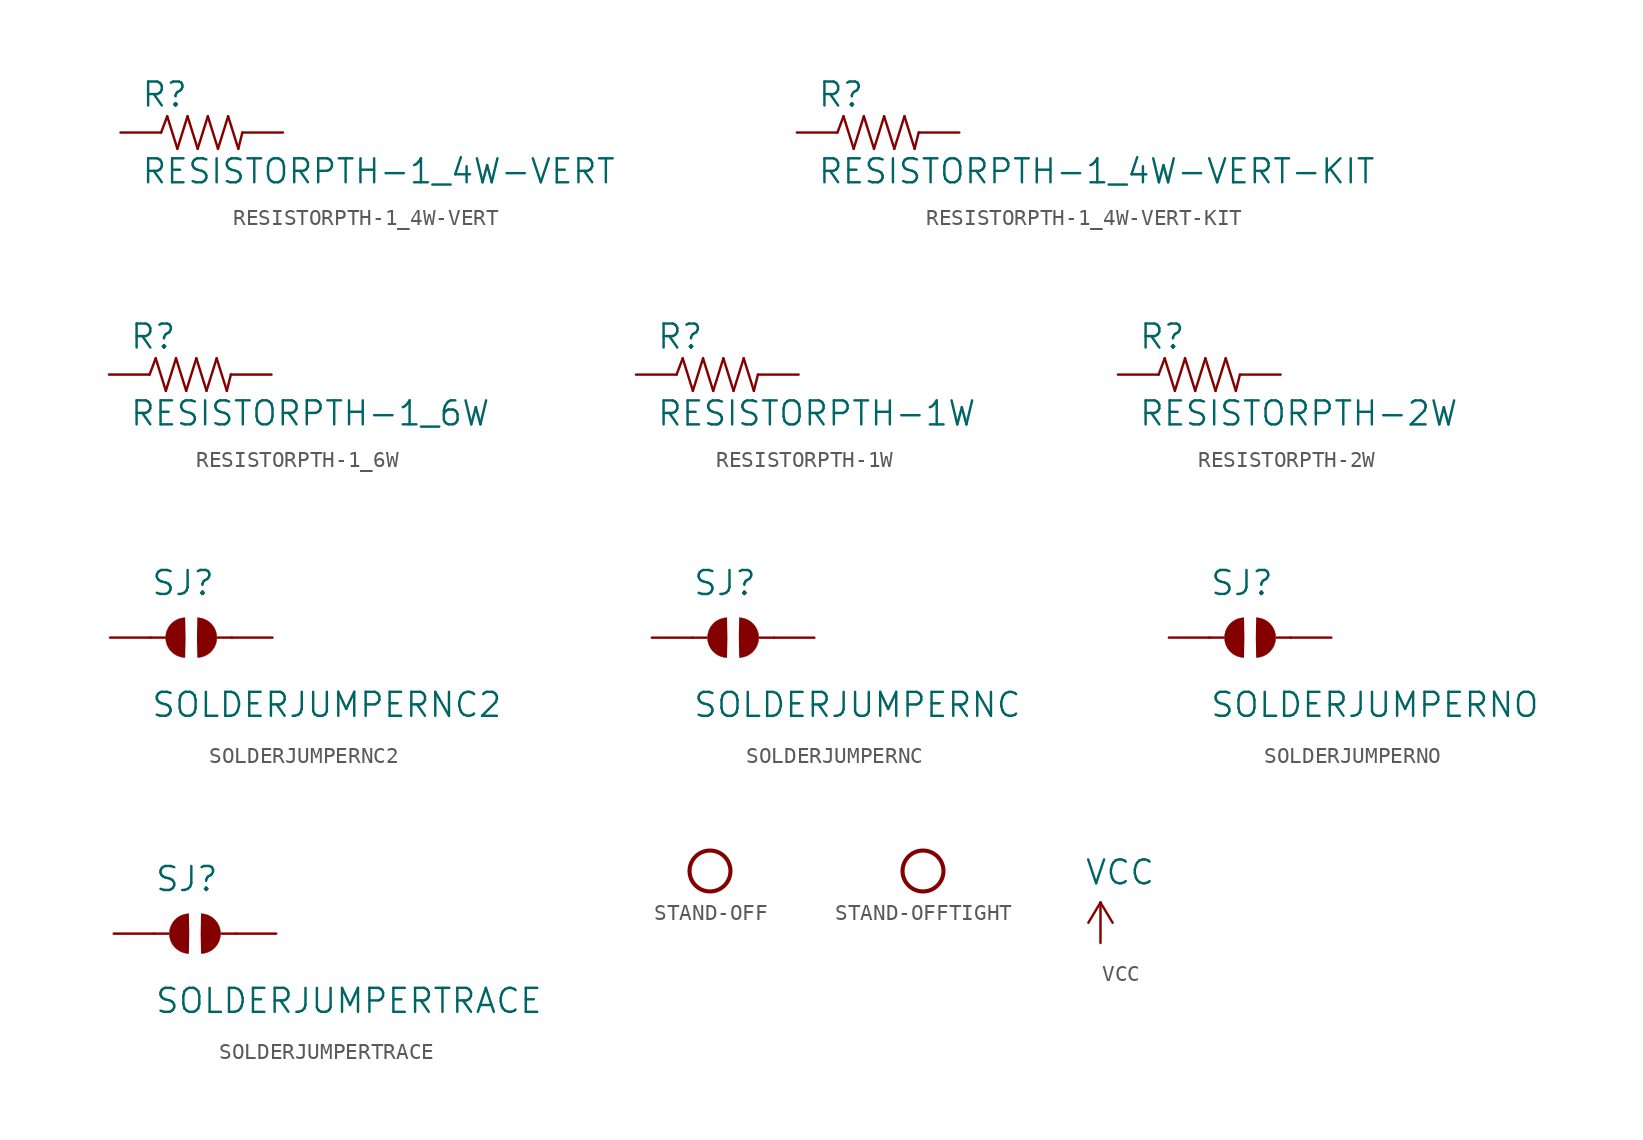
<source format=kicad_sym>
(kicad_symbol_lib
  (version 20211014)
  (generator kicad_symbol_editor)
  (symbol "RESISTORPTH-1_4W-VERT"
    (pin_names
      (offset 1.016))
    (property "Reference" "R"
      (at -3.81 1.499 0)
      (effects (font (size 1.499 1.499)) (justify left bottom)))
    (property "Value" "RESISTORPTH-1_4W-VERT"
      (at -3.81 -3.302 0)
      (effects (font (size 1.499 1.499)) (justify left bottom)))
    (property "ki_locked" ""
      (at 0 0 0)
      (effects (font (size 1.27 1.27))))
    (symbol "RESISTORPTH-1_4W-VERT_1_0"
      (polyline (pts (xy -2.54 0) (xy -2.159 1.016)) (stroke (width 0) (type default) (color 0 0 0 0)) (fill (type none)))
      (polyline (pts (xy -2.159 1.016) (xy -1.524 -1.016)) (stroke (width 0) (type default) (color 0 0 0 0)) (fill (type none)))
      (polyline (pts (xy -1.524 -1.016) (xy -0.889 1.016)) (stroke (width 0) (type default) (color 0 0 0 0)) (fill (type none)))
      (polyline (pts (xy -0.889 1.016) (xy -0.254 -1.016)) (stroke (width 0) (type default) (color 0 0 0 0)) (fill (type none)))
      (polyline (pts (xy -0.254 -1.016) (xy 0.381 1.016)) (stroke (width 0) (type default) (color 0 0 0 0)) (fill (type none)))
      (polyline (pts (xy 0.381 1.016) (xy 1.016 -1.016)) (stroke (width 0) (type default) (color 0 0 0 0)) (fill (type none)))
      (polyline (pts (xy 1.016 -1.016) (xy 1.651 1.016)) (stroke (width 0) (type default) (color 0 0 0 0)) (fill (type none)))
      (polyline (pts (xy 1.651 1.016) (xy 2.286 -1.016)) (stroke (width 0) (type default) (color 0 0 0 0)) (fill (type none)))
      (polyline (pts (xy 2.286 -1.016) (xy 2.54 0)) (stroke (width 0) (type default) (color 0 0 0 0)) (fill (type none)))
      (pin passive line (at -5.08 0 0) (length 2.54) (name "1" (effects (font (size 0 0)))) (number "P$1" (effects (font (size 0 0)))))
      (pin passive line (at 5.08 0 180) (length 2.54) (name "2" (effects (font (size 0 0)))) (number "P$2" (effects (font (size 0 0)))))))
  (symbol "RESISTORPTH-1_4W-VERT-KIT"
    (pin_names
      (offset 1.016))
    (property "Reference" "R"
      (at -3.81 1.499 0)
      (effects (font (size 1.499 1.499)) (justify left bottom)))
    (property "Value" "RESISTORPTH-1_4W-VERT-KIT"
      (at -3.81 -3.302 0)
      (effects (font (size 1.499 1.499)) (justify left bottom)))
    (property "ki_locked" ""
      (at 0 0 0)
      (effects (font (size 1.27 1.27))))
    (symbol "RESISTORPTH-1_4W-VERT-KIT_1_0"
      (polyline (pts (xy -2.54 0) (xy -2.159 1.016)) (stroke (width 0) (type default) (color 0 0 0 0)) (fill (type none)))
      (polyline (pts (xy -2.159 1.016) (xy -1.524 -1.016)) (stroke (width 0) (type default) (color 0 0 0 0)) (fill (type none)))
      (polyline (pts (xy -1.524 -1.016) (xy -0.889 1.016)) (stroke (width 0) (type default) (color 0 0 0 0)) (fill (type none)))
      (polyline (pts (xy -0.889 1.016) (xy -0.254 -1.016)) (stroke (width 0) (type default) (color 0 0 0 0)) (fill (type none)))
      (polyline (pts (xy -0.254 -1.016) (xy 0.381 1.016)) (stroke (width 0) (type default) (color 0 0 0 0)) (fill (type none)))
      (polyline (pts (xy 0.381 1.016) (xy 1.016 -1.016)) (stroke (width 0) (type default) (color 0 0 0 0)) (fill (type none)))
      (polyline (pts (xy 1.016 -1.016) (xy 1.651 1.016)) (stroke (width 0) (type default) (color 0 0 0 0)) (fill (type none)))
      (polyline (pts (xy 1.651 1.016) (xy 2.286 -1.016)) (stroke (width 0) (type default) (color 0 0 0 0)) (fill (type none)))
      (polyline (pts (xy 2.286 -1.016) (xy 2.54 0)) (stroke (width 0) (type default) (color 0 0 0 0)) (fill (type none)))
      (pin passive line (at -5.08 0 0) (length 2.54) (name "1" (effects (font (size 0 0)))) (number "P$1" (effects (font (size 0 0)))))
      (pin passive line (at 5.08 0 180) (length 2.54) (name "2" (effects (font (size 0 0)))) (number "P$2" (effects (font (size 0 0)))))))
  (symbol "RESISTORPTH-1_6W"
    (pin_names
      (offset 1.016))
    (property "Reference" "R"
      (at -3.81 1.499 0)
      (effects (font (size 1.499 1.499)) (justify left bottom)))
    (property "Value" "RESISTORPTH-1_6W"
      (at -3.81 -3.302 0)
      (effects (font (size 1.499 1.499)) (justify left bottom)))
    (property "ki_locked" ""
      (at 0 0 0)
      (effects (font (size 1.27 1.27))))
    (symbol "RESISTORPTH-1_6W_1_0"
      (polyline (pts (xy -2.54 0) (xy -2.159 1.016)) (stroke (width 0) (type default) (color 0 0 0 0)) (fill (type none)))
      (polyline (pts (xy -2.159 1.016) (xy -1.524 -1.016)) (stroke (width 0) (type default) (color 0 0 0 0)) (fill (type none)))
      (polyline (pts (xy -1.524 -1.016) (xy -0.889 1.016)) (stroke (width 0) (type default) (color 0 0 0 0)) (fill (type none)))
      (polyline (pts (xy -0.889 1.016) (xy -0.254 -1.016)) (stroke (width 0) (type default) (color 0 0 0 0)) (fill (type none)))
      (polyline (pts (xy -0.254 -1.016) (xy 0.381 1.016)) (stroke (width 0) (type default) (color 0 0 0 0)) (fill (type none)))
      (polyline (pts (xy 0.381 1.016) (xy 1.016 -1.016)) (stroke (width 0) (type default) (color 0 0 0 0)) (fill (type none)))
      (polyline (pts (xy 1.016 -1.016) (xy 1.651 1.016)) (stroke (width 0) (type default) (color 0 0 0 0)) (fill (type none)))
      (polyline (pts (xy 1.651 1.016) (xy 2.286 -1.016)) (stroke (width 0) (type default) (color 0 0 0 0)) (fill (type none)))
      (polyline (pts (xy 2.286 -1.016) (xy 2.54 0)) (stroke (width 0) (type default) (color 0 0 0 0)) (fill (type none)))
      (pin passive line (at -5.08 0 0) (length 2.54) (name "1" (effects (font (size 0 0)))) (number "1" (effects (font (size 0 0)))))
      (pin passive line (at 5.08 0 180) (length 2.54) (name "2" (effects (font (size 0 0)))) (number "2" (effects (font (size 0 0)))))))
  (symbol "RESISTORPTH-1W"
    (pin_names
      (offset 1.016))
    (property "Reference" "R"
      (at -3.81 1.499 0)
      (effects (font (size 1.499 1.499)) (justify left bottom)))
    (property "Value" "RESISTORPTH-1W"
      (at -3.81 -3.302 0)
      (effects (font (size 1.499 1.499)) (justify left bottom)))
    (property "ki_locked" ""
      (at 0 0 0)
      (effects (font (size 1.27 1.27))))
    (symbol "RESISTORPTH-1W_1_0"
      (polyline (pts (xy -2.54 0) (xy -2.159 1.016)) (stroke (width 0) (type default) (color 0 0 0 0)) (fill (type none)))
      (polyline (pts (xy -2.159 1.016) (xy -1.524 -1.016)) (stroke (width 0) (type default) (color 0 0 0 0)) (fill (type none)))
      (polyline (pts (xy -1.524 -1.016) (xy -0.889 1.016)) (stroke (width 0) (type default) (color 0 0 0 0)) (fill (type none)))
      (polyline (pts (xy -0.889 1.016) (xy -0.254 -1.016)) (stroke (width 0) (type default) (color 0 0 0 0)) (fill (type none)))
      (polyline (pts (xy -0.254 -1.016) (xy 0.381 1.016)) (stroke (width 0) (type default) (color 0 0 0 0)) (fill (type none)))
      (polyline (pts (xy 0.381 1.016) (xy 1.016 -1.016)) (stroke (width 0) (type default) (color 0 0 0 0)) (fill (type none)))
      (polyline (pts (xy 1.016 -1.016) (xy 1.651 1.016)) (stroke (width 0) (type default) (color 0 0 0 0)) (fill (type none)))
      (polyline (pts (xy 1.651 1.016) (xy 2.286 -1.016)) (stroke (width 0) (type default) (color 0 0 0 0)) (fill (type none)))
      (polyline (pts (xy 2.286 -1.016) (xy 2.54 0)) (stroke (width 0) (type default) (color 0 0 0 0)) (fill (type none)))
      (pin passive line (at -5.08 0 0) (length 2.54) (name "1" (effects (font (size 0 0)))) (number "P$1" (effects (font (size 0 0)))))
      (pin passive line (at 5.08 0 180) (length 2.54) (name "2" (effects (font (size 0 0)))) (number "P$2" (effects (font (size 0 0)))))))
  (symbol "RESISTORPTH-2W"
    (pin_names
      (offset 1.016))
    (property "Reference" "R"
      (at -3.81 1.499 0)
      (effects (font (size 1.499 1.499)) (justify left bottom)))
    (property "Value" "RESISTORPTH-2W"
      (at -3.81 -3.302 0)
      (effects (font (size 1.499 1.499)) (justify left bottom)))
    (property "ki_locked" ""
      (at 0 0 0)
      (effects (font (size 1.27 1.27))))
    (symbol "RESISTORPTH-2W_1_0"
      (polyline (pts (xy -2.54 0) (xy -2.159 1.016)) (stroke (width 0) (type default) (color 0 0 0 0)) (fill (type none)))
      (polyline (pts (xy -2.159 1.016) (xy -1.524 -1.016)) (stroke (width 0) (type default) (color 0 0 0 0)) (fill (type none)))
      (polyline (pts (xy -1.524 -1.016) (xy -0.889 1.016)) (stroke (width 0) (type default) (color 0 0 0 0)) (fill (type none)))
      (polyline (pts (xy -0.889 1.016) (xy -0.254 -1.016)) (stroke (width 0) (type default) (color 0 0 0 0)) (fill (type none)))
      (polyline (pts (xy -0.254 -1.016) (xy 0.381 1.016)) (stroke (width 0) (type default) (color 0 0 0 0)) (fill (type none)))
      (polyline (pts (xy 0.381 1.016) (xy 1.016 -1.016)) (stroke (width 0) (type default) (color 0 0 0 0)) (fill (type none)))
      (polyline (pts (xy 1.016 -1.016) (xy 1.651 1.016)) (stroke (width 0) (type default) (color 0 0 0 0)) (fill (type none)))
      (polyline (pts (xy 1.651 1.016) (xy 2.286 -1.016)) (stroke (width 0) (type default) (color 0 0 0 0)) (fill (type none)))
      (polyline (pts (xy 2.286 -1.016) (xy 2.54 0)) (stroke (width 0) (type default) (color 0 0 0 0)) (fill (type none)))
      (pin passive line (at -5.08 0 0) (length 2.54) (name "1" (effects (font (size 0 0)))) (number "P$1" (effects (font (size 0 0)))))
      (pin passive line (at 5.08 0 180) (length 2.54) (name "2" (effects (font (size 0 0)))) (number "P$2" (effects (font (size 0 0)))))))
  (symbol "SOLDERJUMPERNC2"
    (pin_names
      (offset 1.016))
    (property "Reference" "SJ"
      (at -2.54 2.54 0)
      (effects (font (size 1.499 1.499)) (justify left bottom)))
    (property "Value" "SOLDERJUMPERNC2"
      (at -2.54 -5.08 0)
      (effects (font (size 1.499 1.499)) (justify left bottom)))
    (property "ki_locked" ""
      (at 0 0 0)
      (effects (font (size 1.27 1.27))))
    (symbol "SOLDERJUMPERNC2_1_0"
      (arc (start -0.381 1.2446) (mid -1.6005 0) (end -0.381 -1.2446) (stroke (width 0.0254) (type default) (color 0 0 0 0)) (fill (type outline)))
      (polyline (pts (xy -2.54 0) (xy -1.651 0)) (stroke (width 0) (type default) (color 0 0 0 0)) (fill (type none)))
      (polyline (pts (xy 2.54 0) (xy 1.651 0)) (stroke (width 0) (type default) (color 0 0 0 0)) (fill (type none)))
      (arc (start 0.381 -1.2446) (mid 1.6005 0) (end 0.381 1.2446) (stroke (width 0.0254) (type default) (color 0 0 0 0)) (fill (type outline)))
      (pin passive line (at -5.08 0 0) (length 2.54) (name "1" (effects (font (size 0 0)))) (number "1" (effects (font (size 0 0)))))
      (pin passive line (at 5.08 0 180) (length 2.54) (name "2" (effects (font (size 0 0)))) (number "2" (effects (font (size 0 0)))))))
  (symbol "SOLDERJUMPERNC"
    (pin_names
      (offset 1.016))
    (property "Reference" "SJ"
      (at -2.54 2.54 0)
      (effects (font (size 1.499 1.499)) (justify left bottom)))
    (property "Value" "SOLDERJUMPERNC"
      (at -2.54 -5.08 0)
      (effects (font (size 1.499 1.499)) (justify left bottom)))
    (property "ki_locked" ""
      (at 0 0 0)
      (effects (font (size 1.27 1.27))))
    (symbol "SOLDERJUMPERNC_1_0"
      (arc (start -0.381 1.2446) (mid -1.6005 0) (end -0.381 -1.2446) (stroke (width 0.0254) (type default) (color 0 0 0 0)) (fill (type outline)))
      (polyline (pts (xy -2.54 0) (xy -1.651 0)) (stroke (width 0) (type default) (color 0 0 0 0)) (fill (type none)))
      (polyline (pts (xy 2.54 0) (xy 1.651 0)) (stroke (width 0) (type default) (color 0 0 0 0)) (fill (type none)))
      (arc (start 0.381 -1.2446) (mid 1.6005 0) (end 0.381 1.2446) (stroke (width 0.0254) (type default) (color 0 0 0 0)) (fill (type outline)))
      (pin passive line (at -5.08 0 0) (length 2.54) (name "1" (effects (font (size 0 0)))) (number "1" (effects (font (size 0 0)))))
      (pin passive line (at 5.08 0 180) (length 2.54) (name "2" (effects (font (size 0 0)))) (number "2" (effects (font (size 0 0)))))))
  (symbol "SOLDERJUMPERNO"
    (pin_names
      (offset 1.016))
    (property "Reference" "SJ"
      (at -2.54 2.54 0)
      (effects (font (size 1.499 1.499)) (justify left bottom)))
    (property "Value" "SOLDERJUMPERNO"
      (at -2.54 -5.08 0)
      (effects (font (size 1.499 1.499)) (justify left bottom)))
    (property "ki_locked" ""
      (at 0 0 0)
      (effects (font (size 1.27 1.27))))
    (symbol "SOLDERJUMPERNO_1_0"
      (arc (start -0.381 1.2446) (mid -1.6005 0) (end -0.381 -1.2446) (stroke (width 0.0254) (type default) (color 0 0 0 0)) (fill (type outline)))
      (polyline (pts (xy -2.54 0) (xy -1.651 0)) (stroke (width 0) (type default) (color 0 0 0 0)) (fill (type none)))
      (polyline (pts (xy 2.54 0) (xy 1.651 0)) (stroke (width 0) (type default) (color 0 0 0 0)) (fill (type none)))
      (arc (start 0.381 -1.2446) (mid 1.6005 0) (end 0.381 1.2446) (stroke (width 0.0254) (type default) (color 0 0 0 0)) (fill (type outline)))
      (pin passive line (at -5.08 0 0) (length 2.54) (name "1" (effects (font (size 0 0)))) (number "1" (effects (font (size 0 0)))))
      (pin passive line (at 5.08 0 180) (length 2.54) (name "2" (effects (font (size 0 0)))) (number "2" (effects (font (size 0 0)))))))
  (symbol "SOLDERJUMPERTRACE"
    (pin_names
      (offset 1.016))
    (property "Reference" "SJ"
      (at -2.54 2.54 0)
      (effects (font (size 1.499 1.499)) (justify left bottom)))
    (property "Value" "SOLDERJUMPERTRACE"
      (at -2.54 -5.08 0)
      (effects (font (size 1.499 1.499)) (justify left bottom)))
    (property "ki_locked" ""
      (at 0 0 0)
      (effects (font (size 1.27 1.27))))
    (symbol "SOLDERJUMPERTRACE_1_0"
      (arc (start -0.381 1.2446) (mid -1.6005 0) (end -0.381 -1.2446) (stroke (width 0.0254) (type default) (color 0 0 0 0)) (fill (type outline)))
      (polyline (pts (xy -2.54 0) (xy -1.651 0)) (stroke (width 0) (type default) (color 0 0 0 0)) (fill (type none)))
      (polyline (pts (xy 2.54 0) (xy 1.651 0)) (stroke (width 0) (type default) (color 0 0 0 0)) (fill (type none)))
      (arc (start 0.381 -1.2446) (mid 1.6005 0) (end 0.381 1.2446) (stroke (width 0.0254) (type default) (color 0 0 0 0)) (fill (type outline)))
      (pin passive line (at -5.08 0 0) (length 2.54) (name "1" (effects (font (size 0 0)))) (number "1" (effects (font (size 0 0)))))
      (pin passive line (at 5.08 0 180) (length 2.54) (name "2" (effects (font (size 0 0)))) (number "2" (effects (font (size 0 0)))))))
  (symbol "STAND-OFF"
    (pin_names
      (offset 1.016))
    (property "Reference" "STANDOFF"
      (at 0 0 0)
      (effects (font (size 1.27 1.27)) hide))
    (property "ki_locked" ""
      (at 0 0 0)
      (effects (font (size 1.27 1.27))))
    (symbol "STAND-OFF_1_0"
      (circle (center 0 0) (radius 1.27) (stroke (width 0.254) (type default) (color 0 0 0 0)) (fill (type none)))))
  (symbol "STAND-OFFTIGHT"
    (pin_names
      (offset 1.016))
    (property "Reference" "STANDOFF"
      (at 0 0 0)
      (effects (font (size 1.27 1.27)) hide))
    (property "ki_locked" ""
      (at 0 0 0)
      (effects (font (size 1.27 1.27))))
    (symbol "STAND-OFFTIGHT_1_0"
      (circle (center 0 0) (radius 1.27) (stroke (width 0.254) (type default) (color 0 0 0 0)) (fill (type none)))))
  (symbol "VCC"
    (power)
    (pin_names
      (offset 1.016))
    (property "Reference" "#SUPPLY"
      (at 0 0 0)
      (effects (font (size 1.27 1.27)) hide))
    (property "Value" "VCC"
      (at -1.016 3.556 0)
      (effects (font (size 1.499 1.499)) (justify left bottom)))
    (property "ki_locked" ""
      (at 0 0 0)
      (effects (font (size 1.27 1.27))))
    (symbol "VCC_1_0"
      (polyline (pts (xy 0 2.54) (xy -0.762 1.27)) (stroke (width 0) (type default) (color 0 0 0 0)) (fill (type none)))
      (polyline (pts (xy 0.762 1.27) (xy 0 2.54)) (stroke (width 0) (type default) (color 0 0 0 0)) (fill (type none)))
      (pin power_in line (at 0 0 90) (length 2.54) (name "VCC" (effects (font (size 0 0)))) (number "1" (effects (font (size 0 0))))))))
</source>
